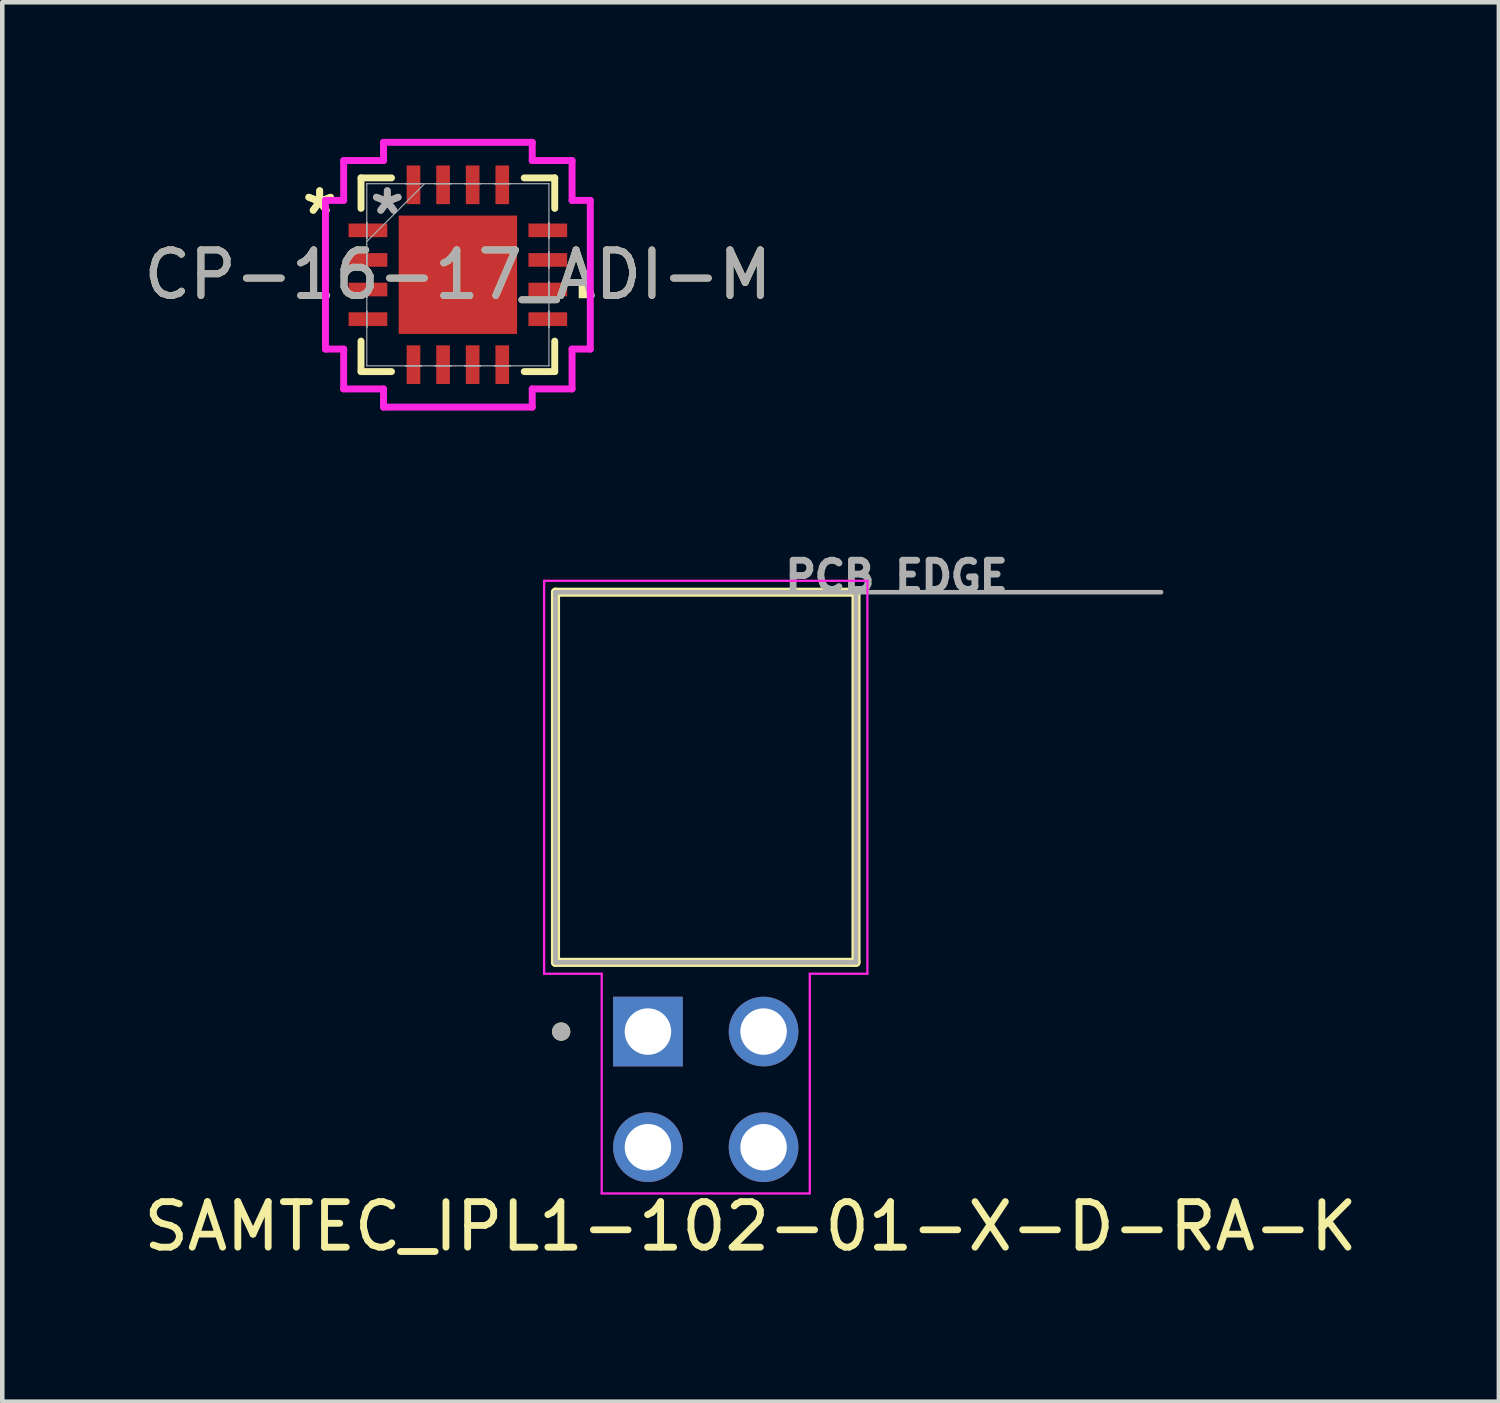
<source format=kicad_pcb>
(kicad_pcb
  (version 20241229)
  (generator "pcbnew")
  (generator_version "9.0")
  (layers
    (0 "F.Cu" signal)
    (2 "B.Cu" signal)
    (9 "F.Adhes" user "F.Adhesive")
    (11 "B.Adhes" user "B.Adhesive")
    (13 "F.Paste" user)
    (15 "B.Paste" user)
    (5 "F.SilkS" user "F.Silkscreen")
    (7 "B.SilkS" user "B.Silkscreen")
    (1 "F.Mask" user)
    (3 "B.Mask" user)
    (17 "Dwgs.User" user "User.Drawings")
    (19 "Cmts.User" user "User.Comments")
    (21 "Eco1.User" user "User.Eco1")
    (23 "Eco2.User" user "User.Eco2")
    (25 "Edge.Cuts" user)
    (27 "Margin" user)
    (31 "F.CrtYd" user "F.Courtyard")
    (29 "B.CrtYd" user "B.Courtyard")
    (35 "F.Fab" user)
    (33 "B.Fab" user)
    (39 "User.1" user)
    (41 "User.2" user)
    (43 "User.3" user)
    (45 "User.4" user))
  (footprint "CP-16-17_ADI-M"
    (layer "F.Cu")
    (at 7.006 2.984)
    (property "Reference" "CP-16-17_ADI-M" (at 0 0 0) (unlocked yes) (layer "F.SilkS") (effects (font (size 1 1) (thickness 0.15))))
    (attr smd)
    (fp_line (start -2.127 -2.127) (end -2.127 -1.458) (stroke (width 0.152) (type solid)) (layer "F.SilkS"))
    (fp_line (start -2.127 1.458) (end -2.127 2.127) (stroke (width 0.152) (type solid)) (layer "F.SilkS"))
    (fp_line (start -2.127 2.127) (end -1.458 2.127) (stroke (width 0.152) (type solid)) (layer "F.SilkS"))
    (fp_line (start -1.458 -2.127) (end -2.127 -2.127) (stroke (width 0.152) (type solid)) (layer "F.SilkS"))
    (fp_line (start 1.458 2.127) (end 2.127 2.127) (stroke (width 0.152) (type solid)) (layer "F.SilkS"))
    (fp_line (start 2.127 -2.127) (end 1.458 -2.127) (stroke (width 0.152) (type solid)) (layer "F.SilkS"))
    (fp_line (start 2.127 -1.458) (end 2.127 -2.127) (stroke (width 0.152) (type solid)) (layer "F.SilkS"))
    (fp_line (start 2.127 2.127) (end 2.127 1.458) (stroke (width 0.152) (type solid)) (layer "F.SilkS"))
    (fp_poly (pts (xy 2.908 0.135) (xy 2.908 0.516) (xy 2.654 0.516) (xy 2.654 0.135)) (stroke (width 0) (type solid)) (fill yes) (layer "F.SilkS"))
    (fp_poly (pts (xy -1.2 -1.2) (xy -1.2 -0.1) (xy -0.1 -0.1) (xy -0.1 -1.2)) (stroke (width 0) (type solid)) (fill yes) (layer "F.Paste"))
    (fp_poly (pts (xy -1.2 0.1) (xy -1.2 1.2) (xy -0.1 1.2) (xy -0.1 0.1)) (stroke (width 0) (type solid)) (fill yes) (layer "F.Paste"))
    (fp_poly (pts (xy 0.1 -1.2) (xy 0.1 -0.1) (xy 1.2 -0.1) (xy 1.2 -1.2)) (stroke (width 0) (type solid)) (fill yes) (layer "F.Paste"))
    (fp_poly (pts (xy 0.1 0.1) (xy 0.1 1.2) (xy 1.2 1.2) (xy 1.2 0.1)) (stroke (width 0) (type solid)) (fill yes) (layer "F.Paste"))
    (fp_line (start -2.908 -1.633) (end -2.508 -1.633) (stroke (width 0.152) (type solid)) (layer "F.CrtYd"))
    (fp_line (start -2.908 1.633) (end -2.908 -1.633) (stroke (width 0.152) (type solid)) (layer "F.CrtYd"))
    (fp_line (start -2.508 -2.508) (end -1.633 -2.508) (stroke (width 0.152) (type solid)) (layer "F.CrtYd"))
    (fp_line (start -2.508 -1.633) (end -2.508 -2.508) (stroke (width 0.152) (type solid)) (layer "F.CrtYd"))
    (fp_line (start -2.508 1.633) (end -2.908 1.633) (stroke (width 0.152) (type solid)) (layer "F.CrtYd"))
    (fp_line (start -2.508 2.508) (end -2.508 1.633) (stroke (width 0.152) (type solid)) (layer "F.CrtYd"))
    (fp_line (start -1.633 -2.908) (end 1.633 -2.908) (stroke (width 0.152) (type solid)) (layer "F.CrtYd"))
    (fp_line (start -1.633 -2.508) (end -1.633 -2.908) (stroke (width 0.152) (type solid)) (layer "F.CrtYd"))
    (fp_line (start -1.633 2.508) (end -2.508 2.508) (stroke (width 0.152) (type solid)) (layer "F.CrtYd"))
    (fp_line (start -1.633 2.908) (end -1.633 2.508) (stroke (width 0.152) (type solid)) (layer "F.CrtYd"))
    (fp_line (start 1.633 -2.908) (end 1.633 -2.508) (stroke (width 0.152) (type solid)) (layer "F.CrtYd"))
    (fp_line (start 1.633 -2.508) (end 2.508 -2.508) (stroke (width 0.152) (type solid)) (layer "F.CrtYd"))
    (fp_line (start 1.633 2.508) (end 1.633 2.908) (stroke (width 0.152) (type solid)) (layer "F.CrtYd"))
    (fp_line (start 1.633 2.908) (end -1.633 2.908) (stroke (width 0.152) (type solid)) (layer "F.CrtYd"))
    (fp_line (start 2.508 -2.508) (end 2.508 -1.633) (stroke (width 0.152) (type solid)) (layer "F.CrtYd"))
    (fp_line (start 2.508 -1.633) (end 2.908 -1.633) (stroke (width 0.152) (type solid)) (layer "F.CrtYd"))
    (fp_line (start 2.508 1.633) (end 2.508 2.508) (stroke (width 0.152) (type solid)) (layer "F.CrtYd"))
    (fp_line (start 2.508 2.508) (end 1.633 2.508) (stroke (width 0.152) (type solid)) (layer "F.CrtYd"))
    (fp_line (start 2.908 -1.633) (end 2.908 1.633) (stroke (width 0.152) (type solid)) (layer "F.CrtYd"))
    (fp_line (start 2.908 1.633) (end 2.508 1.633) (stroke (width 0.152) (type solid)) (layer "F.CrtYd"))
    (fp_line (start -2 -2) (end -2 -2) (stroke (width 0.025) (type solid)) (layer "F.Fab"))
    (fp_line (start -2 -2) (end -2 2) (stroke (width 0.025) (type solid)) (layer "F.Fab"))
    (fp_line (start -2 -1.15) (end -2 -1.15) (stroke (width 0.025) (type solid)) (layer "F.Fab"))
    (fp_line (start -2 -1.15) (end -2 -0.8) (stroke (width 0.025) (type solid)) (layer "F.Fab"))
    (fp_line (start -2 -0.8) (end -2 -1.15) (stroke (width 0.025) (type solid)) (layer "F.Fab"))
    (fp_line (start -2 -0.8) (end -2 -0.8) (stroke (width 0.025) (type solid)) (layer "F.Fab"))
    (fp_line (start -2 -0.73) (end -0.73 -2) (stroke (width 0.025) (type solid)) (layer "F.Fab"))
    (fp_line (start -2 -0.5) (end -2 -0.5) (stroke (width 0.025) (type solid)) (layer "F.Fab"))
    (fp_line (start -2 -0.5) (end -2 -0.15) (stroke (width 0.025) (type solid)) (layer "F.Fab"))
    (fp_line (start -2 -0.15) (end -2 -0.5) (stroke (width 0.025) (type solid)) (layer "F.Fab"))
    (fp_line (start -2 -0.15) (end -2 -0.15) (stroke (width 0.025) (type solid)) (layer "F.Fab"))
    (fp_line (start -2 0.15) (end -2 0.15) (stroke (width 0.025) (type solid)) (layer "F.Fab"))
    (fp_line (start -2 0.15) (end -2 0.5) (stroke (width 0.025) (type solid)) (layer "F.Fab"))
    (fp_line (start -2 0.5) (end -2 0.15) (stroke (width 0.025) (type solid)) (layer "F.Fab"))
    (fp_line (start -2 0.5) (end -2 0.5) (stroke (width 0.025) (type solid)) (layer "F.Fab"))
    (fp_line (start -2 0.8) (end -2 0.8) (stroke (width 0.025) (type solid)) (layer "F.Fab"))
    (fp_line (start -2 0.8) (end -2 1.15) (stroke (width 0.025) (type solid)) (layer "F.Fab"))
    (fp_line (start -2 1.15) (end -2 0.8) (stroke (width 0.025) (type solid)) (layer "F.Fab"))
    (fp_line (start -2 1.15) (end -2 1.15) (stroke (width 0.025) (type solid)) (layer "F.Fab"))
    (fp_line (start -2 2) (end -2 2) (stroke (width 0.025) (type solid)) (layer "F.Fab"))
    (fp_line (start -2 2) (end 2 2) (stroke (width 0.025) (type solid)) (layer "F.Fab"))
    (fp_line (start -1.15 -2) (end -1.15 -2) (stroke (width 0.025) (type solid)) (layer "F.Fab"))
    (fp_line (start -1.15 -2) (end -0.8 -2) (stroke (width 0.025) (type solid)) (layer "F.Fab"))
    (fp_line (start -1.15 2) (end -1.15 2) (stroke (width 0.025) (type solid)) (layer "F.Fab"))
    (fp_line (start -1.15 2) (end -0.8 2) (stroke (width 0.025) (type solid)) (layer "F.Fab"))
    (fp_line (start -0.8 -2) (end -1.15 -2) (stroke (width 0.025) (type solid)) (layer "F.Fab"))
    (fp_line (start -0.8 -2) (end -0.8 -2) (stroke (width 0.025) (type solid)) (layer "F.Fab"))
    (fp_line (start -0.8 2) (end -1.15 2) (stroke (width 0.025) (type solid)) (layer "F.Fab"))
    (fp_line (start -0.8 2) (end -0.8 2) (stroke (width 0.025) (type solid)) (layer "F.Fab"))
    (fp_line (start -0.5 -2) (end -0.5 -2) (stroke (width 0.025) (type solid)) (layer "F.Fab"))
    (fp_line (start -0.5 -2) (end -0.15 -2) (stroke (width 0.025) (type solid)) (layer "F.Fab"))
    (fp_line (start -0.5 2) (end -0.5 2) (stroke (width 0.025) (type solid)) (layer "F.Fab"))
    (fp_line (start -0.5 2) (end -0.15 2) (stroke (width 0.025) (type solid)) (layer "F.Fab"))
    (fp_line (start -0.15 -2) (end -0.5 -2) (stroke (width 0.025) (type solid)) (layer "F.Fab"))
    (fp_line (start -0.15 -2) (end -0.15 -2) (stroke (width 0.025) (type solid)) (layer "F.Fab"))
    (fp_line (start -0.15 2) (end -0.5 2) (stroke (width 0.025) (type solid)) (layer "F.Fab"))
    (fp_line (start -0.15 2) (end -0.15 2) (stroke (width 0.025) (type solid)) (layer "F.Fab"))
    (fp_line (start 0.15 -2) (end 0.15 -2) (stroke (width 0.025) (type solid)) (layer "F.Fab"))
    (fp_line (start 0.15 -2) (end 0.5 -2) (stroke (width 0.025) (type solid)) (layer "F.Fab"))
    (fp_line (start 0.15 2) (end 0.15 2) (stroke (width 0.025) (type solid)) (layer "F.Fab"))
    (fp_line (start 0.15 2) (end 0.5 2) (stroke (width 0.025) (type solid)) (layer "F.Fab"))
    (fp_line (start 0.5 -2) (end 0.15 -2) (stroke (width 0.025) (type solid)) (layer "F.Fab"))
    (fp_line (start 0.5 -2) (end 0.5 -2) (stroke (width 0.025) (type solid)) (layer "F.Fab"))
    (fp_line (start 0.5 2) (end 0.15 2) (stroke (width 0.025) (type solid)) (layer "F.Fab"))
    (fp_line (start 0.5 2) (end 0.5 2) (stroke (width 0.025) (type solid)) (layer "F.Fab"))
    (fp_line (start 0.8 -2) (end 0.8 -2) (stroke (width 0.025) (type solid)) (layer "F.Fab"))
    (fp_line (start 0.8 -2) (end 1.15 -2) (stroke (width 0.025) (type solid)) (layer "F.Fab"))
    (fp_line (start 0.8 2) (end 0.8 2) (stroke (width 0.025) (type solid)) (layer "F.Fab"))
    (fp_line (start 0.8 2) (end 1.15 2) (stroke (width 0.025) (type solid)) (layer "F.Fab"))
    (fp_line (start 1.15 -2) (end 0.8 -2) (stroke (width 0.025) (type solid)) (layer "F.Fab"))
    (fp_line (start 1.15 -2) (end 1.15 -2) (stroke (width 0.025) (type solid)) (layer "F.Fab"))
    (fp_line (start 1.15 2) (end 0.8 2) (stroke (width 0.025) (type solid)) (layer "F.Fab"))
    (fp_line (start 1.15 2) (end 1.15 2) (stroke (width 0.025) (type solid)) (layer "F.Fab"))
    (fp_line (start 2 -2) (end -2 -2) (stroke (width 0.025) (type solid)) (layer "F.Fab"))
    (fp_line (start 2 -2) (end 2 -2) (stroke (width 0.025) (type solid)) (layer "F.Fab"))
    (fp_line (start 2 -1.15) (end 2 -1.15) (stroke (width 0.025) (type solid)) (layer "F.Fab"))
    (fp_line (start 2 -1.15) (end 2 -0.8) (stroke (width 0.025) (type solid)) (layer "F.Fab"))
    (fp_line (start 2 -0.8) (end 2 -1.15) (stroke (width 0.025) (type solid)) (layer "F.Fab"))
    (fp_line (start 2 -0.8) (end 2 -0.8) (stroke (width 0.025) (type solid)) (layer "F.Fab"))
    (fp_line (start 2 -0.5) (end 2 -0.5) (stroke (width 0.025) (type solid)) (layer "F.Fab"))
    (fp_line (start 2 -0.5) (end 2 -0.15) (stroke (width 0.025) (type solid)) (layer "F.Fab"))
    (fp_line (start 2 -0.15) (end 2 -0.5) (stroke (width 0.025) (type solid)) (layer "F.Fab"))
    (fp_line (start 2 -0.15) (end 2 -0.15) (stroke (width 0.025) (type solid)) (layer "F.Fab"))
    (fp_line (start 2 0.15) (end 2 0.15) (stroke (width 0.025) (type solid)) (layer "F.Fab"))
    (fp_line (start 2 0.15) (end 2 0.5) (stroke (width 0.025) (type solid)) (layer "F.Fab"))
    (fp_line (start 2 0.5) (end 2 0.15) (stroke (width 0.025) (type solid)) (layer "F.Fab"))
    (fp_line (start 2 0.5) (end 2 0.5) (stroke (width 0.025) (type solid)) (layer "F.Fab"))
    (fp_line (start 2 0.8) (end 2 0.8) (stroke (width 0.025) (type solid)) (layer "F.Fab"))
    (fp_line (start 2 0.8) (end 2 1.15) (stroke (width 0.025) (type solid)) (layer "F.Fab"))
    (fp_line (start 2 1.15) (end 2 0.8) (stroke (width 0.025) (type solid)) (layer "F.Fab"))
    (fp_line (start 2 1.15) (end 2 1.15) (stroke (width 0.025) (type solid)) (layer "F.Fab"))
    (fp_line (start 2 2) (end 2 -2) (stroke (width 0.025) (type solid)) (layer "F.Fab"))
    (fp_line (start 2 2) (end 2 2) (stroke (width 0.025) (type solid)) (layer "F.Fab"))
    (fp_text user "*" (at -3.035 -1.3 0) (layer "F.SilkS") (effects (font (size 1 1) (thickness 0.15))))
    (fp_text user "*" (at -3.035 -1.3 0) (unlocked yes) (layer "F.SilkS") (effects (font (size 1 1) (thickness 0.15))))
    (fp_text user "*" (at -1.55 -1.3 0) (layer "F.Fab") (effects (font (size 1 1) (thickness 0.15))))
    (fp_text user "*" (at -1.55 -1.3 0) (unlocked yes) (layer "F.Fab") (effects (font (size 1 1) (thickness 0.15))))
    (fp_text user "${REFERENCE}" (at 0 0 0) (unlocked yes) (layer "F.Fab") (effects (font (size 1 1) (thickness 0.15))))
    (pad "1" smd rect (at -1.975 -0.975 90) (size 0.3 0.85) (layers "F.Cu" "F.Mask" "F.Paste"))
    (pad "2" smd rect (at -1.975 -0.325 90) (size 0.3 0.85) (layers "F.Cu" "F.Mask" "F.Paste"))
    (pad "3" smd rect (at -1.975 0.325 90) (size 0.3 0.85) (layers "F.Cu" "F.Mask" "F.Paste"))
    (pad "4" smd rect (at -1.975 0.975 90) (size 0.3 0.85) (layers "F.Cu" "F.Mask" "F.Paste"))
    (pad "5" smd rect (at -0.975 1.975) (size 0.3 0.85) (layers "F.Cu" "F.Mask" "F.Paste"))
    (pad "6" smd rect (at -0.325 1.975) (size 0.3 0.85) (layers "F.Cu" "F.Mask" "F.Paste"))
    (pad "7" smd rect (at 0.325 1.975) (size 0.3 0.85) (layers "F.Cu" "F.Mask" "F.Paste"))
    (pad "8" smd rect (at 0.975 1.975) (size 0.3 0.85) (layers "F.Cu" "F.Mask" "F.Paste"))
    (pad "9" smd rect (at 1.975 0.975 90) (size 0.3 0.85) (layers "F.Cu" "F.Mask" "F.Paste"))
    (pad "10" smd rect (at 1.975 0.325 90) (size 0.3 0.85) (layers "F.Cu" "F.Mask" "F.Paste"))
    (pad "11" smd rect (at 1.975 -0.325 90) (size 0.3 0.85) (layers "F.Cu" "F.Mask" "F.Paste"))
    (pad "12" smd rect (at 1.975 -0.975 90) (size 0.3 0.85) (layers "F.Cu" "F.Mask" "F.Paste"))
    (pad "13" smd rect (at 0.975 -1.975) (size 0.3 0.85) (layers "F.Cu" "F.Mask" "F.Paste"))
    (pad "14" smd rect (at 0.325 -1.975) (size 0.3 0.85) (layers "F.Cu" "F.Mask" "F.Paste"))
    (pad "15" smd rect (at -0.325 -1.975) (size 0.3 0.85) (layers "F.Cu" "F.Mask" "F.Paste"))
    (pad "16" smd rect (at -0.975 -1.975) (size 0.3 0.85) (layers "F.Cu" "F.Mask" "F.Paste"))
    (pad "17" smd rect (at 0 0) (size 2.6 2.6) (layers "F.Cu" "F.Mask" "F.Paste")))
  (footprint "SAMTEC_IPL1-102-01-X-D-RA-K"
    (layer "F.Cu")
    (at 12.45 20.876)
    (property "Reference" "SAMTEC_IPL1-102-01-X-D-RA-K" (at 0.985 3.01 0) (layer "F.SilkS") (effects (font (size 1 1) (thickness 0.15))))
    (attr through_hole)
    (fp_line (start -3.3 -10.92) (end -3.3 -2.79) (stroke (width 0.2) (type solid)) (layer "F.SilkS"))
    (fp_line (start -3.3 -2.79) (end 3.3 -2.79) (stroke (width 0.2) (type solid)) (layer "F.SilkS"))
    (fp_line (start 3.3 -10.92) (end -3.3 -10.92) (stroke (width 0.2) (type solid)) (layer "F.SilkS"))
    (fp_line (start 3.3 -2.79) (end 3.3 -10.92) (stroke (width 0.2) (type solid)) (layer "F.SilkS"))
    (fp_circle (center -3.175 -1.27) (end -3.075 -1.27) (stroke (width 0.2) (type solid)) (fill no) (layer "F.SilkS"))
    (fp_line (start -3.55 -11.17) (end -3.55 -2.54) (stroke (width 0.05) (type solid)) (layer "F.CrtYd"))
    (fp_line (start -3.55 -2.54) (end -2.285 -2.54) (stroke (width 0.05) (type solid)) (layer "F.CrtYd"))
    (fp_line (start -2.285 -2.54) (end -2.285 2.285) (stroke (width 0.05) (type solid)) (layer "F.CrtYd"))
    (fp_line (start -2.285 2.285) (end 2.285 2.285) (stroke (width 0.05) (type solid)) (layer "F.CrtYd"))
    (fp_line (start 2.285 -2.54) (end 3.55 -2.54) (stroke (width 0.05) (type solid)) (layer "F.CrtYd"))
    (fp_line (start 2.285 2.285) (end 2.285 -2.54) (stroke (width 0.05) (type solid)) (layer "F.CrtYd"))
    (fp_line (start 3.55 -11.17) (end -3.55 -11.17) (stroke (width 0.05) (type solid)) (layer "F.CrtYd"))
    (fp_line (start 3.55 -2.54) (end 3.55 -11.17) (stroke (width 0.05) (type solid)) (layer "F.CrtYd"))
    (fp_line (start -3.3 -10.92) (end -3.3 -2.79) (stroke (width 0.1) (type solid)) (layer "F.Fab"))
    (fp_line (start -3.3 -2.79) (end 3.3 -2.79) (stroke (width 0.1) (type solid)) (layer "F.Fab"))
    (fp_line (start 3.3 -10.92) (end -3.3 -10.92) (stroke (width 0.1) (type solid)) (layer "F.Fab"))
    (fp_line (start 3.3 -2.79) (end 3.3 -10.92) (stroke (width 0.1) (type solid)) (layer "F.Fab"))
    (fp_line (start 10 -10.92) (end 3.3 -10.92) (stroke (width 0.1) (type solid)) (layer "F.Fab"))
    (fp_circle (center -3.175 -1.27) (end -3.075 -1.27) (stroke (width 0.2) (type solid)) (fill no) (layer "F.Fab"))
    (fp_text user "PCB EDGE" (at 4.19 -11.27 0) (layer "F.Fab") (effects (font (size 0.64 0.64) (thickness 0.15))))
    (pad "01" thru_hole rect (at -1.27 -1.27) (size 1.53 1.53) (drill 1.02) (layers "*.Cu" "*.Mask"))
    (pad "02" thru_hole circle (at 1.27 -1.27) (size 1.53 1.53) (drill 1.02) (layers "*.Cu" "*.Mask"))
    (pad "03" thru_hole circle (at -1.27 1.27) (size 1.53 1.53) (drill 1.02) (layers "*.Cu" "*.Mask"))
    (pad "04" thru_hole circle (at 1.27 1.27) (size 1.53 1.53) (drill 1.02) (layers "*.Cu" "*.Mask")))
  (gr_rect
    (start -3 -3)
    (end 29.869 27.734)
    (stroke (width 0.1) (type default))
    (fill no)
    (layer "Edge.Cuts")))
</source>
